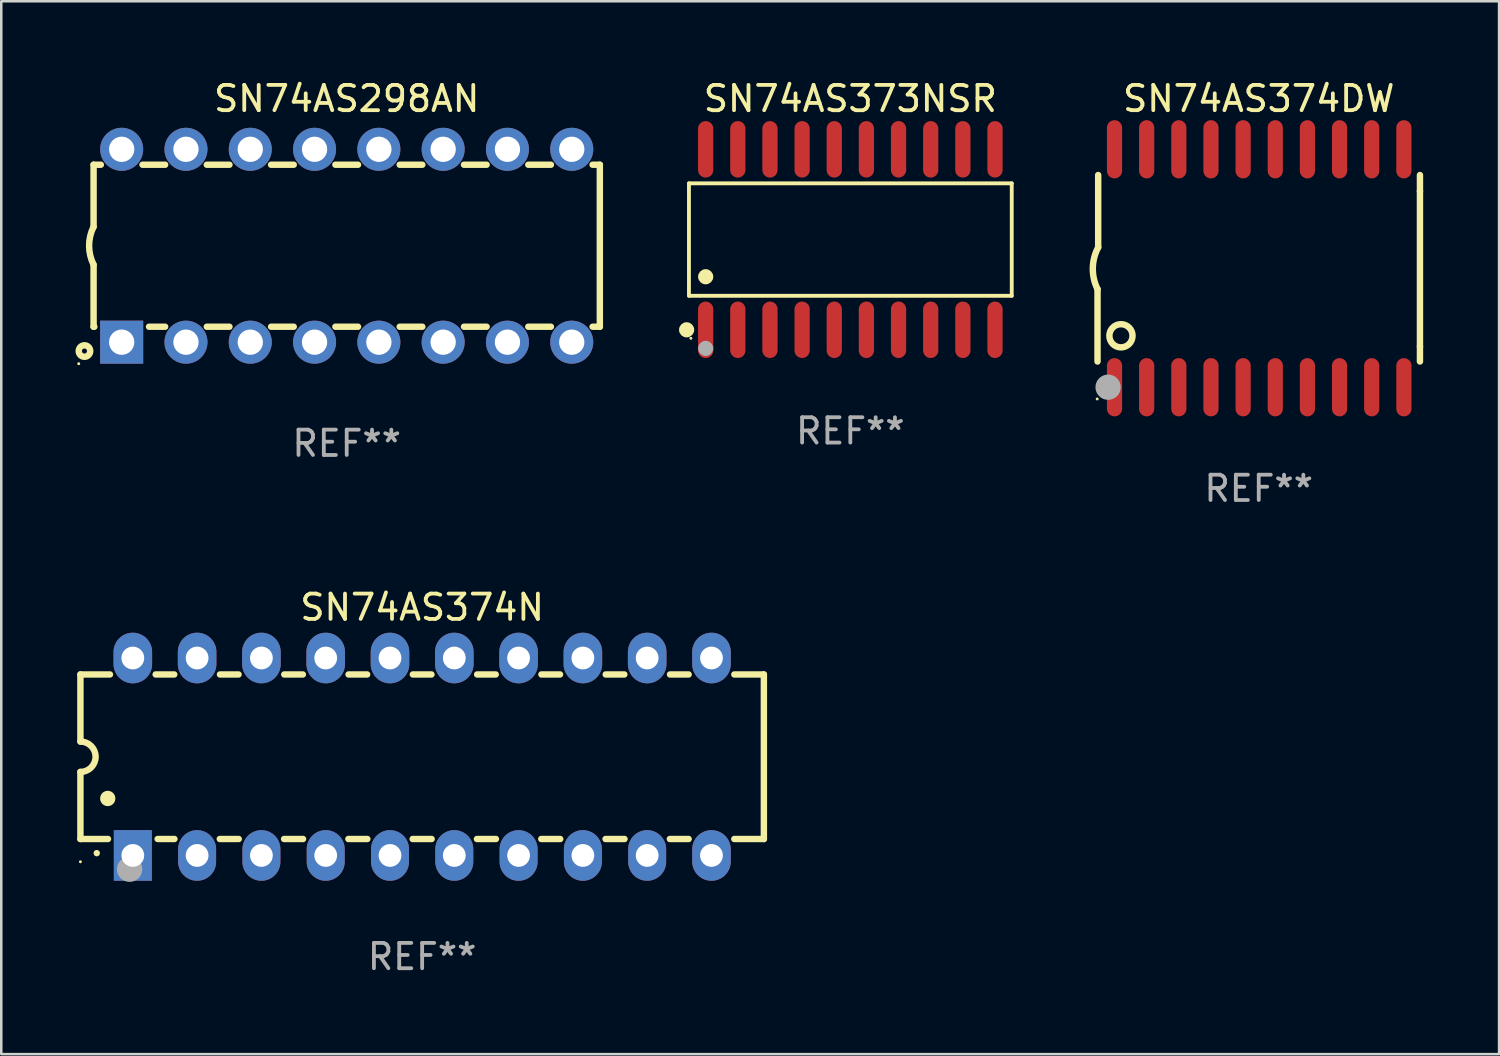
<source format=kicad_pcb>
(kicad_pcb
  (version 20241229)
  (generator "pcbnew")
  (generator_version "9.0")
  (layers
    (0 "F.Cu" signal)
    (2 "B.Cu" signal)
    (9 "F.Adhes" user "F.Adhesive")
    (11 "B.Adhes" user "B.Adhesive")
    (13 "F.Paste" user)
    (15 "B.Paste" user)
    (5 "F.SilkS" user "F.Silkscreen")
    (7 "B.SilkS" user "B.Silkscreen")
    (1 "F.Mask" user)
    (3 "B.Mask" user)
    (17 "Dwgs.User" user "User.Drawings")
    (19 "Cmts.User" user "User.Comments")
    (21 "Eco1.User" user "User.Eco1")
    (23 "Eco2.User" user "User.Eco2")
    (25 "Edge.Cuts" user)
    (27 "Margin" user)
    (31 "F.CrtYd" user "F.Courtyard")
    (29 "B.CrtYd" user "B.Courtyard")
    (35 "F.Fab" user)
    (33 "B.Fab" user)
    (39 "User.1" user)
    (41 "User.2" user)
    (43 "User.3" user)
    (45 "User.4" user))
  (footprint "SN74AS374N"
    (layer "F.Cu")
    (at 13.627 26.845)
    (property "Reference" "SN74AS374N" (at 0 -5.9 0) (layer "F.SilkS") (effects (font (size 1 1) (thickness 0.15))))
    (attr through_hole)
    (fp_line (start -13.5 -3.25) (end -12.333 -3.25) (stroke (width 0.254) (type solid)) (layer "F.SilkS"))
    (fp_line (start -13.5 -0.6) (end -13.5 -3.25) (stroke (width 0.254) (type solid)) (layer "F.SilkS"))
    (fp_line (start -13.5 3.25) (end -13.5 0.6) (stroke (width 0.254) (type solid)) (layer "F.SilkS"))
    (fp_line (start -13.5 3.25) (end -12.411 3.25) (stroke (width 0.254) (type solid)) (layer "F.SilkS"))
    (fp_line (start -10.527 -3.25) (end -9.793 -3.25) (stroke (width 0.254) (type solid)) (layer "F.SilkS"))
    (fp_line (start -10.449 3.25) (end -9.786 3.25) (stroke (width 0.254) (type solid)) (layer "F.SilkS"))
    (fp_line (start -7.994 3.25) (end -7.246 3.25) (stroke (width 0.254) (type solid)) (layer "F.SilkS"))
    (fp_line (start -7.987 -3.25) (end -7.253 -3.25) (stroke (width 0.254) (type solid)) (layer "F.SilkS"))
    (fp_line (start -5.454 3.25) (end -4.706 3.25) (stroke (width 0.254) (type solid)) (layer "F.SilkS"))
    (fp_line (start -5.447 -3.25) (end -4.713 -3.25) (stroke (width 0.254) (type solid)) (layer "F.SilkS"))
    (fp_line (start -2.914 3.25) (end -2.166 3.25) (stroke (width 0.254) (type solid)) (layer "F.SilkS"))
    (fp_line (start -2.907 -3.25) (end -2.173 -3.25) (stroke (width 0.254) (type solid)) (layer "F.SilkS"))
    (fp_line (start -0.374 3.25) (end 0.374 3.25) (stroke (width 0.254) (type solid)) (layer "F.SilkS"))
    (fp_line (start -0.367 -3.25) (end 0.367 -3.25) (stroke (width 0.254) (type solid)) (layer "F.SilkS"))
    (fp_line (start 2.166 3.25) (end 2.914 3.25) (stroke (width 0.254) (type solid)) (layer "F.SilkS"))
    (fp_line (start 2.173 -3.25) (end 2.907 -3.25) (stroke (width 0.254) (type solid)) (layer "F.SilkS"))
    (fp_line (start 4.706 3.25) (end 5.454 3.25) (stroke (width 0.254) (type solid)) (layer "F.SilkS"))
    (fp_line (start 4.713 -3.25) (end 5.447 -3.25) (stroke (width 0.254) (type solid)) (layer "F.SilkS"))
    (fp_line (start 7.246 3.25) (end 7.994 3.25) (stroke (width 0.254) (type solid)) (layer "F.SilkS"))
    (fp_line (start 7.253 -3.25) (end 7.987 -3.25) (stroke (width 0.254) (type solid)) (layer "F.SilkS"))
    (fp_line (start 9.786 3.25) (end 10.527 3.25) (stroke (width 0.254) (type solid)) (layer "F.SilkS"))
    (fp_line (start 9.793 -3.25) (end 10.527 -3.25) (stroke (width 0.254) (type solid)) (layer "F.SilkS"))
    (fp_line (start 12.333 -3.25) (end 13.5 -3.25) (stroke (width 0.254) (type solid)) (layer "F.SilkS"))
    (fp_line (start 12.333 3.25) (end 13.5 3.25) (stroke (width 0.254) (type solid)) (layer "F.SilkS"))
    (fp_line (start 13.5 -3.25) (end 13.5 3.25) (stroke (width 0.254) (type solid)) (layer "F.SilkS"))
    (fp_arc (start -13.500127 -0.599442) (mid -12.900406 0.000228) (end -13.500025 0.6) (stroke (width 0.254001) (type solid)) (layer "F.SilkS"))
    (fp_arc (start -12.854966 3.810008) (mid -12.854973 3.808738) (end -12.854966 3.807468) (stroke (width 0.25) (type solid)) (layer "F.SilkS"))
    (fp_arc (start -12.420625 1.651003) (mid -12.420636 1.648463) (end -12.420625 1.645923) (stroke (width 0.6) (type solid)) (layer "F.SilkS"))
    (fp_circle (center -13.5 4.15) (end -13.47 4.15) (stroke (width 0.06) (type solid)) (fill no) (layer "F.SilkS"))
    (fp_circle (center -11.557 4.445) (end -11.307 4.445) (stroke (width 0.5) (type solid)) (fill no) (layer "F.Fab"))
    (fp_text user "REF**" (at 0 7.9 0) (layer "F.Fab") (effects (font (size 1 1) (thickness 0.15))))
    (pad "1" thru_hole rect (at -11.43 3.9 90) (size 2 1.5) (drill 0.9) (layers "*.Cu" "*.Mask"))
    (pad "2" thru_hole oval (at -8.89 3.9 90) (size 2 1.5) (drill 0.9) (layers "*.Cu" "*.Mask"))
    (pad "3" thru_hole oval (at -6.35 3.9 90) (size 2 1.5) (drill 0.9) (layers "*.Cu" "*.Mask"))
    (pad "4" thru_hole oval (at -3.81 3.9 90) (size 2 1.5) (drill 0.9) (layers "*.Cu" "*.Mask"))
    (pad "5" thru_hole oval (at -1.27 3.9 90) (size 2 1.5) (drill 0.9) (layers "*.Cu" "*.Mask"))
    (pad "6" thru_hole oval (at 1.27 3.9 90) (size 2 1.5) (drill 0.9) (layers "*.Cu" "*.Mask"))
    (pad "7" thru_hole oval (at 3.81 3.9 90) (size 2 1.5) (drill 0.9) (layers "*.Cu" "*.Mask"))
    (pad "8" thru_hole oval (at 6.35 3.9 90) (size 2 1.5) (drill 0.9) (layers "*.Cu" "*.Mask"))
    (pad "9" thru_hole oval (at 8.89 3.9 90) (size 2 1.5) (drill 0.9) (layers "*.Cu" "*.Mask"))
    (pad "10" thru_hole oval (at 11.43 3.9 90) (size 2 1.524) (drill 0.9) (layers "*.Cu" "*.Mask"))
    (pad "11" thru_hole oval (at 11.43 -3.9 90) (size 2 1.524) (drill 0.9) (layers "*.Cu" "*.Mask"))
    (pad "12" thru_hole oval (at 8.89 -3.9 90) (size 2 1.524) (drill 0.9) (layers "*.Cu" "*.Mask"))
    (pad "13" thru_hole oval (at 6.35 -3.9 90) (size 2 1.524) (drill 0.9) (layers "*.Cu" "*.Mask"))
    (pad "14" thru_hole oval (at 3.81 -3.9 90) (size 2 1.524) (drill 0.9) (layers "*.Cu" "*.Mask"))
    (pad "15" thru_hole oval (at 1.27 -3.9 90) (size 2 1.524) (drill 0.9) (layers "*.Cu" "*.Mask"))
    (pad "16" thru_hole oval (at -1.27 -3.9 90) (size 2 1.524) (drill 0.9) (layers "*.Cu" "*.Mask"))
    (pad "17" thru_hole oval (at -3.81 -3.9 90) (size 2 1.524) (drill 0.9) (layers "*.Cu" "*.Mask"))
    (pad "18" thru_hole oval (at -6.35 -3.9 90) (size 2 1.524) (drill 0.9) (layers "*.Cu" "*.Mask"))
    (pad "19" thru_hole oval (at -8.89 -3.9 90) (size 2 1.524) (drill 0.9) (layers "*.Cu" "*.Mask"))
    (pad "20" thru_hole oval (at -11.43 -3.9 90) (size 2 1.524) (drill 0.9) (layers "*.Cu" "*.Mask")))
  (footprint "SN74AS298AN"
    (layer "F.Cu")
    (at 10.647 6.658)
    (property "Reference" "SN74AS298AN" (at 0 -5.81 0) (layer "F.SilkS") (effects (font (size 1 1) (thickness 0.15))))
    (attr through_hole)
    (fp_line (start -10 -3.2) (end -10 -0.75) (stroke (width 0.254) (type solid)) (layer "F.SilkS"))
    (fp_line (start -10 -3.2) (end -9.713 -3.2) (stroke (width 0.254) (type solid)) (layer "F.SilkS"))
    (fp_line (start -10 3.2) (end -10 0.75) (stroke (width 0.254) (type solid)) (layer "F.SilkS"))
    (fp_line (start -10 3.2) (end -9.971 3.2) (stroke (width 0.254) (type solid)) (layer "F.SilkS"))
    (fp_line (start -8.067 -3.2) (end -7.173 -3.2) (stroke (width 0.254) (type solid)) (layer "F.SilkS"))
    (fp_line (start -7.809 3.2) (end -7.173 3.2) (stroke (width 0.254) (type solid)) (layer "F.SilkS"))
    (fp_line (start -5.527 3.2) (end -4.633 3.2) (stroke (width 0.254) (type solid)) (layer "F.SilkS"))
    (fp_line (start -5.527 -3.2) (end -4.633 -3.2) (stroke (width 0.254) (type solid)) (layer "F.SilkS"))
    (fp_line (start -2.987 3.2) (end -2.093 3.2) (stroke (width 0.254) (type solid)) (layer "F.SilkS"))
    (fp_line (start -2.987 -3.2) (end -2.093 -3.2) (stroke (width 0.254) (type solid)) (layer "F.SilkS"))
    (fp_line (start -0.447 3.2) (end 0.447 3.2) (stroke (width 0.254) (type solid)) (layer "F.SilkS"))
    (fp_line (start -0.447 -3.2) (end 0.447 -3.2) (stroke (width 0.254) (type solid)) (layer "F.SilkS"))
    (fp_line (start 2.093 3.2) (end 2.987 3.2) (stroke (width 0.254) (type solid)) (layer "F.SilkS"))
    (fp_line (start 2.093 -3.2) (end 2.987 -3.2) (stroke (width 0.254) (type solid)) (layer "F.SilkS"))
    (fp_line (start 4.633 3.2) (end 5.527 3.2) (stroke (width 0.254) (type solid)) (layer "F.SilkS"))
    (fp_line (start 4.633 -3.2) (end 5.527 -3.2) (stroke (width 0.254) (type solid)) (layer "F.SilkS"))
    (fp_line (start 7.173 3.2) (end 8.067 3.2) (stroke (width 0.254) (type solid)) (layer "F.SilkS"))
    (fp_line (start 7.173 -3.2) (end 8.067 -3.2) (stroke (width 0.254) (type solid)) (layer "F.SilkS"))
    (fp_line (start 9.713 3.2) (end 10 3.2) (stroke (width 0.254) (type solid)) (layer "F.SilkS"))
    (fp_line (start 9.713 -3.2) (end 10 -3.2) (stroke (width 0.254) (type solid)) (layer "F.SilkS"))
    (fp_line (start 10 -3.2) (end 10 3.2) (stroke (width 0.254) (type solid)) (layer "F.SilkS"))
    (fp_arc (start -10 0.748793) (mid -10.176918 -0.000607) (end -10.000025 -0.750013) (stroke (width 0.254001) (type solid)) (layer "F.SilkS"))
    (fp_circle (center -10.587 4.66) (end -10.557 4.66) (stroke (width 0.06) (type solid)) (fill no) (layer "F.SilkS"))
    (fp_circle (center -10.36 4.16) (end -10.26 4.16) (stroke (width 0.254) (type solid)) (fill no) (layer "F.SilkS"))
    (fp_text user "REF**" (at 0 7.81 0) (layer "F.Fab") (effects (font (size 1 1) (thickness 0.15))))
    (pad "1" thru_hole rect (at -8.89 3.81 90) (size 1.7 1.7) (drill 1) (layers "*.Cu" "*.Mask"))
    (pad "2" thru_hole circle (at -6.35 3.81) (size 1.7 1.7) (drill 1) (layers "*.Cu" "*.Mask"))
    (pad "3" thru_hole circle (at -3.81 3.81) (size 1.7 1.7) (drill 1) (layers "*.Cu" "*.Mask"))
    (pad "4" thru_hole circle (at -1.27 3.81) (size 1.7 1.7) (drill 1) (layers "*.Cu" "*.Mask"))
    (pad "5" thru_hole circle (at 1.27 3.81) (size 1.7 1.7) (drill 1) (layers "*.Cu" "*.Mask"))
    (pad "6" thru_hole circle (at 3.81 3.81) (size 1.7 1.7) (drill 1) (layers "*.Cu" "*.Mask"))
    (pad "7" thru_hole circle (at 6.35 3.81) (size 1.7 1.7) (drill 1) (layers "*.Cu" "*.Mask"))
    (pad "8" thru_hole circle (at 8.89 3.81) (size 1.7 1.7) (drill 1) (layers "*.Cu" "*.Mask"))
    (pad "9" thru_hole circle (at 8.89 -3.81) (size 1.7 1.7) (drill 1) (layers "*.Cu" "*.Mask"))
    (pad "10" thru_hole circle (at 6.35 -3.81) (size 1.7 1.7) (drill 1) (layers "*.Cu" "*.Mask"))
    (pad "11" thru_hole circle (at 3.81 -3.81) (size 1.7 1.7) (drill 1) (layers "*.Cu" "*.Mask"))
    (pad "12" thru_hole circle (at 1.27 -3.81) (size 1.7 1.7) (drill 1) (layers "*.Cu" "*.Mask"))
    (pad "13" thru_hole circle (at -1.27 -3.81) (size 1.7 1.7) (drill 1) (layers "*.Cu" "*.Mask"))
    (pad "14" thru_hole circle (at -3.81 -3.81) (size 1.7 1.7) (drill 1) (layers "*.Cu" "*.Mask"))
    (pad "15" thru_hole circle (at -6.35 -3.81) (size 1.7 1.7) (drill 1) (layers "*.Cu" "*.Mask"))
    (pad "16" thru_hole circle (at -8.89 -3.81) (size 1.7 1.7) (drill 1) (layers "*.Cu" "*.Mask")))
  (footprint "SN74AS373NSR"
    (layer "F.Cu")
    (at 30.543 6.414)
    (property "Reference" "SN74AS373NSR" (at 0 -5.565 0) (layer "F.SilkS") (effects (font (size 1 1) (thickness 0.15))))
    (attr through_hole)
    (fp_line (start -6.376 -2.221) (end 6.376 -2.221) (stroke (width 0.152) (type solid)) (layer "F.SilkS"))
    (fp_line (start -6.376 2.221) (end -6.376 -2.221) (stroke (width 0.152) (type solid)) (layer "F.SilkS"))
    (fp_line (start 6.376 -2.221) (end 6.376 2.221) (stroke (width 0.152) (type solid)) (layer "F.SilkS"))
    (fp_line (start 6.376 2.221) (end -6.376 2.221) (stroke (width 0.152) (type solid)) (layer "F.SilkS"))
    (fp_circle (center -6.468 3.565) (end -6.318 3.565) (stroke (width 0.3) (type solid)) (fill no) (layer "F.SilkS"))
    (fp_circle (center -6.3 3.9) (end -6.27 3.9) (stroke (width 0.06) (type solid)) (fill no) (layer "F.SilkS"))
    (fp_circle (center -5.715 1.469) (end -5.565 1.469) (stroke (width 0.3) (type solid)) (fill no) (layer "F.SilkS"))
    (fp_circle (center -5.715 4.3) (end -5.565 4.3) (stroke (width 0.3) (type solid)) (fill no) (layer "F.Fab"))
    (fp_text user "REF**" (at 0 7.565 0) (layer "F.Fab") (effects (font (size 1 1) (thickness 0.15))))
    (pad "1" smd oval (at -5.715 3.565) (size 0.602 2.231) (layers "F.Cu" "F.Mask" "F.Paste"))
    (pad "2" smd oval (at -4.445 3.565) (size 0.602 2.231) (layers "F.Cu" "F.Mask" "F.Paste"))
    (pad "3" smd oval (at -3.175 3.565) (size 0.602 2.231) (layers "F.Cu" "F.Mask" "F.Paste"))
    (pad "4" smd oval (at -1.905 3.565) (size 0.602 2.231) (layers "F.Cu" "F.Mask" "F.Paste"))
    (pad "5" smd oval (at -0.635 3.565) (size 0.602 2.231) (layers "F.Cu" "F.Mask" "F.Paste"))
    (pad "6" smd oval (at 0.635 3.565) (size 0.602 2.231) (layers "F.Cu" "F.Mask" "F.Paste"))
    (pad "7" smd oval (at 1.905 3.565) (size 0.602 2.231) (layers "F.Cu" "F.Mask" "F.Paste"))
    (pad "8" smd oval (at 3.175 3.565) (size 0.602 2.231) (layers "F.Cu" "F.Mask" "F.Paste"))
    (pad "9" smd oval (at 4.445 3.565) (size 0.602 2.231) (layers "F.Cu" "F.Mask" "F.Paste"))
    (pad "10" smd oval (at 5.715 3.565) (size 0.602 2.231) (layers "F.Cu" "F.Mask" "F.Paste"))
    (pad "11" smd oval (at 5.715 -3.565) (size 0.602 2.231) (layers "F.Cu" "F.Mask" "F.Paste"))
    (pad "12" smd oval (at 4.445 -3.565) (size 0.602 2.231) (layers "F.Cu" "F.Mask" "F.Paste"))
    (pad "13" smd oval (at 3.175 -3.565) (size 0.602 2.231) (layers "F.Cu" "F.Mask" "F.Paste"))
    (pad "14" smd oval (at 1.905 -3.565) (size 0.602 2.231) (layers "F.Cu" "F.Mask" "F.Paste"))
    (pad "15" smd oval (at 0.635 -3.565) (size 0.602 2.231) (layers "F.Cu" "F.Mask" "F.Paste"))
    (pad "16" smd oval (at -0.635 -3.565) (size 0.602 2.231) (layers "F.Cu" "F.Mask" "F.Paste"))
    (pad "17" smd oval (at -1.905 -3.565) (size 0.602 2.231) (layers "F.Cu" "F.Mask" "F.Paste"))
    (pad "18" smd oval (at -3.175 -3.565) (size 0.602 2.231) (layers "F.Cu" "F.Mask" "F.Paste"))
    (pad "19" smd oval (at -4.445 -3.565) (size 0.602 2.231) (layers "F.Cu" "F.Mask" "F.Paste"))
    (pad "20" smd oval (at -5.715 -3.565) (size 0.602 2.231) (layers "F.Cu" "F.Mask" "F.Paste")))
  (footprint "SN74AS374DW"
    (layer "F.Cu")
    (at 46.677 7.548)
    (property "Reference" "SN74AS374DW" (at 0 -6.7 0) (layer "F.SilkS") (effects (font (size 1 1) (thickness 0.15))))
    (attr through_hole)
    (fp_line (start -6.369 0.826) (end -6.369 3.683) (stroke (width 0.254) (type solid)) (layer "F.SilkS"))
    (fp_line (start -6.343 -0.825) (end -6.343 -3.683) (stroke (width 0.254) (type solid)) (layer "F.SilkS"))
    (fp_line (start 6.369 -3.048) (end 6.369 -3.683) (stroke (width 0.254) (type solid)) (layer "F.SilkS"))
    (fp_line (start 6.369 -3.048) (end 6.369 3.096) (stroke (width 0.254) (type solid)) (layer "F.SilkS"))
    (fp_line (start 6.369 3.096) (end 6.369 3.683) (stroke (width 0.254) (type solid)) (layer "F.SilkS"))
    (fp_arc (start -6.36853 0.825552) (mid -6.554743 -0.00301) (end -6.343129 -0.825451) (stroke (width 0.254001) (type solid)) (layer "F.SilkS"))
    (fp_circle (center -6.382 5.163) (end -6.352 5.163) (stroke (width 0.06) (type solid)) (fill no) (layer "F.SilkS"))
    (fp_circle (center -5.443 2.667) (end -4.985 2.667) (stroke (width 0.254) (type solid)) (fill no) (layer "F.SilkS"))
    (fp_circle (center -5.951 4.699) (end -5.701 4.699) (stroke (width 0.5) (type solid)) (fill no) (layer "F.Fab"))
    (fp_text user "REF**" (at 0 8.7 0) (layer "F.Fab") (effects (font (size 1 1) (thickness 0.15))))
    (pad "1" smd oval (at -5.697 4.7 180) (size 0.6 2.3) (layers "F.Cu" "F.Mask" "F.Paste"))
    (pad "2" smd oval (at -4.427 4.7 180) (size 0.6 2.3) (layers "F.Cu" "F.Mask" "F.Paste"))
    (pad "3" smd oval (at -3.157 4.7 180) (size 0.6 2.3) (layers "F.Cu" "F.Mask" "F.Paste"))
    (pad "4" smd oval (at -1.887 4.7 180) (size 0.6 2.3) (layers "F.Cu" "F.Mask" "F.Paste"))
    (pad "5" smd oval (at -0.617 4.7 180) (size 0.6 2.3) (layers "F.Cu" "F.Mask" "F.Paste"))
    (pad "6" smd oval (at 0.653 4.7 180) (size 0.6 2.3) (layers "F.Cu" "F.Mask" "F.Paste"))
    (pad "7" smd oval (at 1.923 4.7 180) (size 0.6 2.3) (layers "F.Cu" "F.Mask" "F.Paste"))
    (pad "8" smd oval (at 3.193 4.7 180) (size 0.6 2.3) (layers "F.Cu" "F.Mask" "F.Paste"))
    (pad "9" smd oval (at 4.463 4.7 180) (size 0.6 2.3) (layers "F.Cu" "F.Mask" "F.Paste"))
    (pad "10" smd oval (at 5.734 4.7 180) (size 0.6 2.3) (layers "F.Cu" "F.Mask" "F.Paste"))
    (pad "11" smd oval (at 5.734 -4.7 180) (size 0.6 2.3) (layers "F.Cu" "F.Mask" "F.Paste"))
    (pad "12" smd oval (at 4.463 -4.7 180) (size 0.6 2.3) (layers "F.Cu" "F.Mask" "F.Paste"))
    (pad "13" smd oval (at 3.193 -4.7 180) (size 0.6 2.3) (layers "F.Cu" "F.Mask" "F.Paste"))
    (pad "14" smd oval (at 1.923 -4.7 180) (size 0.6 2.3) (layers "F.Cu" "F.Mask" "F.Paste"))
    (pad "15" smd oval (at 0.653 -4.7 180) (size 0.6 2.3) (layers "F.Cu" "F.Mask" "F.Paste"))
    (pad "16" smd oval (at -0.617 -4.7 180) (size 0.6 2.3) (layers "F.Cu" "F.Mask" "F.Paste"))
    (pad "17" smd oval (at -1.887 -4.7 180) (size 0.6 2.3) (layers "F.Cu" "F.Mask" "F.Paste"))
    (pad "18" smd oval (at -3.157 -4.7 180) (size 0.6 2.3) (layers "F.Cu" "F.Mask" "F.Paste"))
    (pad "19" smd oval (at -4.427 -4.7 180) (size 0.6 2.3) (layers "F.Cu" "F.Mask" "F.Paste"))
    (pad "20" smd oval (at -5.697 -4.7 180) (size 0.6 2.3) (layers "F.Cu" "F.Mask" "F.Paste")))
  (gr_rect
    (start -3 -3)
    (end 56.172 38.593)
    (stroke (width 0.1) (type default))
    (fill no)
    (layer "Edge.Cuts")))
</source>
